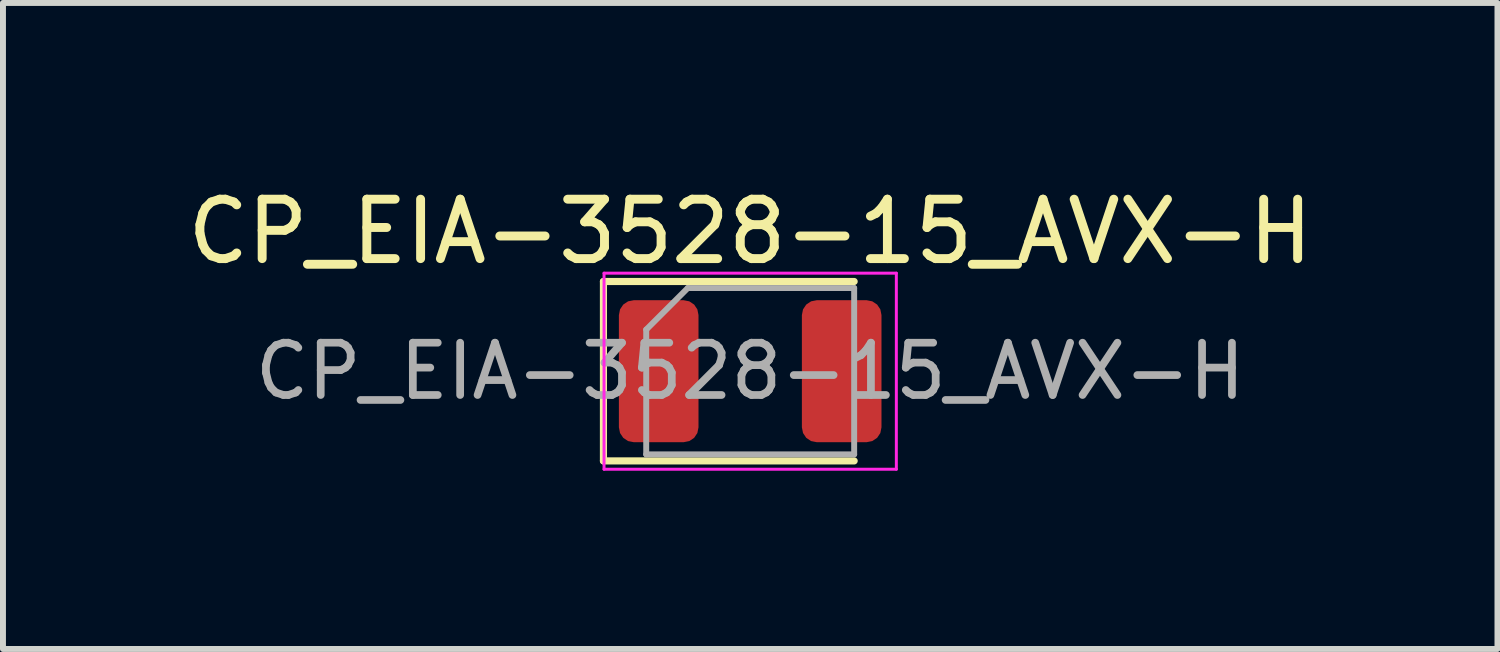
<source format=kicad_pcb>
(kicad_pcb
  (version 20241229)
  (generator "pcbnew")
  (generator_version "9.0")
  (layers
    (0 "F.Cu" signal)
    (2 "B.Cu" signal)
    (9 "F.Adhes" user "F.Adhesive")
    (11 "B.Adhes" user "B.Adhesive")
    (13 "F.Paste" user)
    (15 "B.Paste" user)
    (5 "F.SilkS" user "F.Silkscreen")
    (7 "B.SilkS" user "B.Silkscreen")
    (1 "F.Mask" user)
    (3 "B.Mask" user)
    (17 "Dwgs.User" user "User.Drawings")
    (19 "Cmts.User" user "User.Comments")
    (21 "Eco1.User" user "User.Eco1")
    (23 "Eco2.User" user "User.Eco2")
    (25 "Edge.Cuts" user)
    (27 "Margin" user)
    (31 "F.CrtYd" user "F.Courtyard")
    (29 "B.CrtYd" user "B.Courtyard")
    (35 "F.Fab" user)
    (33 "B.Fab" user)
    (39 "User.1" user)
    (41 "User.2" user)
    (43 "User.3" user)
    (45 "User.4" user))
  (footprint "CP_EIA-3528-15_AVX-H"
    (layer "F.Cu")
    (at 9.577 3.198)
    (property "Reference" "CP_EIA-3528-15_AVX-H" (at 0 -2.35 0) (layer "F.SilkS") (effects (font (size 1 1) (thickness 0.15))))
    (attr smd)
    (fp_line (start -2.47 -1.51) (end -2.47 1.51) (stroke (width 0.12) (type solid)) (layer "F.SilkS"))
    (fp_line (start -2.47 1.51) (end 1.75 1.51) (stroke (width 0.12) (type solid)) (layer "F.SilkS"))
    (fp_line (start 1.75 -1.51) (end -2.47 -1.51) (stroke (width 0.12) (type solid)) (layer "F.SilkS"))
    (fp_line (start -2.46 -1.65) (end 2.46 -1.65) (stroke (width 0.05) (type solid)) (layer "F.CrtYd"))
    (fp_line (start -2.46 1.65) (end -2.46 -1.65) (stroke (width 0.05) (type solid)) (layer "F.CrtYd"))
    (fp_line (start 2.46 -1.65) (end 2.46 1.65) (stroke (width 0.05) (type solid)) (layer "F.CrtYd"))
    (fp_line (start 2.46 1.65) (end -2.46 1.65) (stroke (width 0.05) (type solid)) (layer "F.CrtYd"))
    (fp_line (start -1.75 -0.7) (end -1.75 1.4) (stroke (width 0.1) (type solid)) (layer "F.Fab"))
    (fp_line (start -1.75 1.4) (end 1.75 1.4) (stroke (width 0.1) (type solid)) (layer "F.Fab"))
    (fp_line (start -1.05 -1.4) (end -1.75 -0.7) (stroke (width 0.1) (type solid)) (layer "F.Fab"))
    (fp_line (start 1.75 -1.4) (end -1.05 -1.4) (stroke (width 0.1) (type solid)) (layer "F.Fab"))
    (fp_line (start 1.75 1.4) (end 1.75 -1.4) (stroke (width 0.1) (type solid)) (layer "F.Fab"))
    (fp_text user "${REFERENCE}" (at 0 0 0) (layer "F.Fab") (effects (font (size 0.88 0.88) (thickness 0.13))))
    (pad "1" smd roundrect (at -1.54 0) (size 1.34 2.39) (layers "F.Cu" "F.Mask" "F.Paste") (roundrect_rratio 0.187))
    (pad "2" smd roundrect (at 1.54 0) (size 1.34 2.39) (layers "F.Cu" "F.Mask" "F.Paste") (roundrect_rratio 0.187)))
  (gr_rect
    (start -3 -3)
    (end 22.155 7.873)
    (stroke (width 0.1) (type default))
    (fill no)
    (layer "Edge.Cuts")))
</source>
